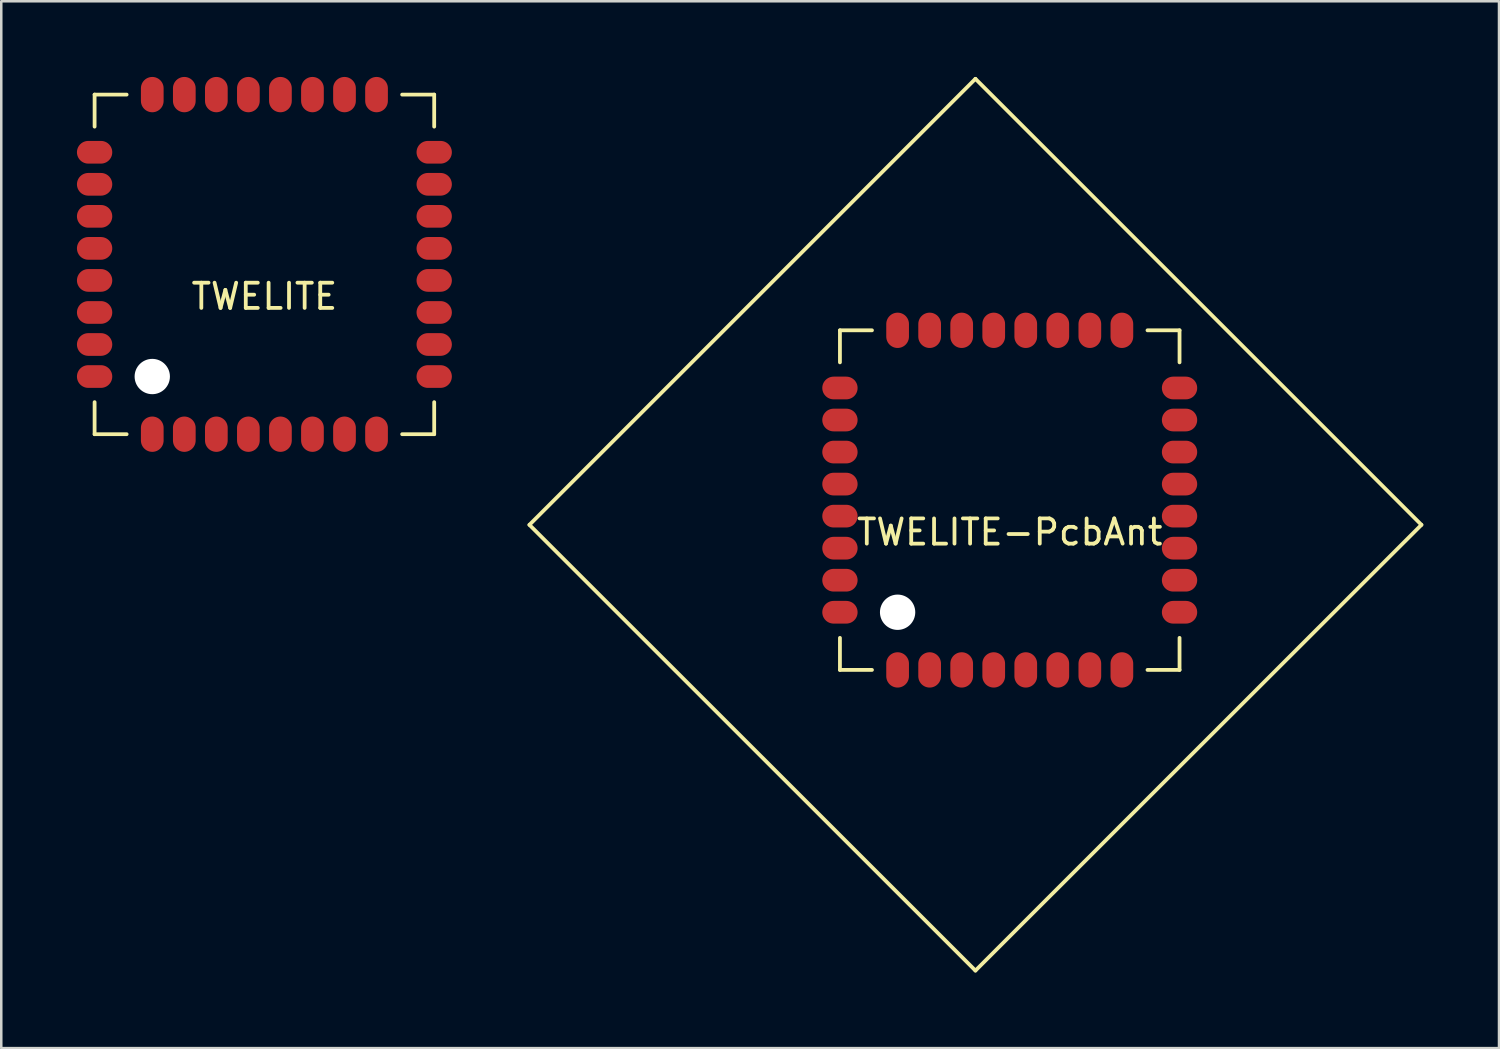
<source format=kicad_pcb>
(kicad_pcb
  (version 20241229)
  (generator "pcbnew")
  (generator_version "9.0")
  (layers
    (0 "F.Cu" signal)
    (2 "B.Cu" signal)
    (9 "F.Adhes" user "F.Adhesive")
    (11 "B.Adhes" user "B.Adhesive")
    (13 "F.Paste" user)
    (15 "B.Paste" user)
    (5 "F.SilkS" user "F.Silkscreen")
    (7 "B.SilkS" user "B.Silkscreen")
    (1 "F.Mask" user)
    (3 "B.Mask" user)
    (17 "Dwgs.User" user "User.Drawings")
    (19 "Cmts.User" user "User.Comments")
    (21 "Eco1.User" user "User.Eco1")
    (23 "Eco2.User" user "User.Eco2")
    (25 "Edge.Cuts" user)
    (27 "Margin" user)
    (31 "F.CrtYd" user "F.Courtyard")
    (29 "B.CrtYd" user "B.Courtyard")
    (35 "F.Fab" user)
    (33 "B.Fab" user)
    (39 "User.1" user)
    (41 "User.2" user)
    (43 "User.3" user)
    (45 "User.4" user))
  (footprint "TWELITE"
    (layer "F.Cu")
    (at 7.431 7.431)
    (property "Reference" "TWELITE" (at 0 1.27 0) (layer "F.SilkS") (effects (font (size 1 1) (thickness 0.15))))
    (attr through_hole)
    (fp_line (start -6.731 -6.731) (end -5.461 -6.731) (stroke (width 0.15) (type solid)) (layer "F.SilkS"))
    (fp_line (start -6.731 -5.461) (end -6.731 -6.731) (stroke (width 0.15) (type solid)) (layer "F.SilkS"))
    (fp_line (start -6.731 5.461) (end -6.731 6.731) (stroke (width 0.15) (type solid)) (layer "F.SilkS"))
    (fp_line (start -5.461 6.731) (end -6.731 6.731) (stroke (width 0.15) (type solid)) (layer "F.SilkS"))
    (fp_line (start 5.461 -6.731) (end 6.731 -6.731) (stroke (width 0.15) (type solid)) (layer "F.SilkS"))
    (fp_line (start 6.731 -6.731) (end 6.731 -5.461) (stroke (width 0.15) (type solid)) (layer "F.SilkS"))
    (fp_line (start 6.731 6.731) (end 5.461 6.731) (stroke (width 0.15) (type solid)) (layer "F.SilkS"))
    (fp_line (start 6.731 6.731) (end 6.731 5.461) (stroke (width 0.15) (type solid)) (layer "F.SilkS"))
    (pad "" np_thru_hole circle (at -4.445 4.445) (size 1.4 1.4) (drill 1.4) (layers "*.Cu" "*.Mask"))
    (pad "1" smd oval (at -4.445 6.731) (size 0.9 1.4) (layers "F.Cu" "F.Mask" "F.Paste"))
    (pad "2" smd oval (at -3.175 6.731) (size 0.9 1.4) (layers "F.Cu" "F.Mask" "F.Paste"))
    (pad "3" smd oval (at -1.905 6.731) (size 0.9 1.4) (layers "F.Cu" "F.Mask" "F.Paste"))
    (pad "4" smd oval (at -0.635 6.731) (size 0.9 1.4) (layers "F.Cu" "F.Mask" "F.Paste"))
    (pad "5" smd oval (at 0.635 6.731) (size 0.9 1.4) (layers "F.Cu" "F.Mask" "F.Paste"))
    (pad "6" smd oval (at 1.905 6.731) (size 0.9 1.4) (layers "F.Cu" "F.Mask" "F.Paste"))
    (pad "7" smd oval (at 3.175 6.731) (size 0.9 1.4) (layers "F.Cu" "F.Mask" "F.Paste"))
    (pad "8" smd oval (at 4.445 6.731) (size 0.9 1.4) (layers "F.Cu" "F.Mask" "F.Paste"))
    (pad "9" smd oval (at 6.731 4.445) (size 1.4 0.9) (layers "F.Cu" "F.Mask" "F.Paste"))
    (pad "10" smd oval (at 6.731 3.175) (size 1.4 0.9) (layers "F.Cu" "F.Mask" "F.Paste"))
    (pad "11" smd oval (at 6.731 1.905) (size 1.4 0.9) (layers "F.Cu" "F.Mask" "F.Paste"))
    (pad "12" smd oval (at 6.731 0.635) (size 1.4 0.9) (layers "F.Cu" "F.Mask" "F.Paste"))
    (pad "13" smd oval (at 6.731 -0.635) (size 1.4 0.9) (layers "F.Cu" "F.Mask" "F.Paste"))
    (pad "14" smd oval (at 6.731 -1.905) (size 1.4 0.9) (layers "F.Cu" "F.Mask" "F.Paste"))
    (pad "15" smd oval (at 6.731 -3.175) (size 1.4 0.9) (layers "F.Cu" "F.Mask" "F.Paste"))
    (pad "16" smd oval (at 6.731 -4.445) (size 1.4 0.9) (layers "F.Cu" "F.Mask" "F.Paste"))
    (pad "17" smd oval (at 4.445 -6.731) (size 0.9 1.4) (layers "F.Cu" "F.Mask" "F.Paste"))
    (pad "18" smd oval (at 3.175 -6.731) (size 0.9 1.4) (layers "F.Cu" "F.Mask" "F.Paste"))
    (pad "19" smd oval (at 1.905 -6.731) (size 0.9 1.4) (layers "F.Cu" "F.Mask" "F.Paste"))
    (pad "20" smd oval (at 0.635 -6.731) (size 0.9 1.4) (layers "F.Cu" "F.Mask" "F.Paste"))
    (pad "21" smd oval (at -0.635 -6.731) (size 0.9 1.4) (layers "F.Cu" "F.Mask" "F.Paste"))
    (pad "22" smd oval (at -1.905 -6.731) (size 0.9 1.4) (layers "F.Cu" "F.Mask" "F.Paste"))
    (pad "23" smd oval (at -3.175 -6.731) (size 0.9 1.4) (layers "F.Cu" "F.Mask" "F.Paste"))
    (pad "24" smd oval (at -4.445 -6.731) (size 0.9 1.4) (layers "F.Cu" "F.Mask" "F.Paste"))
    (pad "25" smd oval (at -6.731 -4.445) (size 1.4 0.9) (layers "F.Cu" "F.Mask" "F.Paste"))
    (pad "26" smd oval (at -6.731 -3.175) (size 1.4 0.9) (layers "F.Cu" "F.Mask" "F.Paste"))
    (pad "27" smd oval (at -6.731 -1.905) (size 1.4 0.9) (layers "F.Cu" "F.Mask" "F.Paste"))
    (pad "28" smd oval (at -6.731 -0.635) (size 1.4 0.9) (layers "F.Cu" "F.Mask" "F.Paste"))
    (pad "29" smd oval (at -6.731 0.635) (size 1.4 0.9) (layers "F.Cu" "F.Mask" "F.Paste"))
    (pad "30" smd oval (at -6.731 1.905) (size 1.4 0.9) (layers "F.Cu" "F.Mask" "F.Paste"))
    (pad "31" smd oval (at -6.731 3.175) (size 1.4 0.9) (layers "F.Cu" "F.Mask" "F.Paste"))
    (pad "32" smd oval (at -6.731 4.445) (size 1.4 0.9) (layers "F.Cu" "F.Mask" "F.Paste")))
  (footprint "TWELITE-PcbAnt"
    (layer "F.Cu")
    (at 36.977 16.775)
    (property "Reference" "TWELITE-PcbAnt" (at 0 1.27 0) (layer "F.SilkS") (effects (font (size 1 1) (thickness 0.15))))
    (attr through_hole)
    (fp_line (start -19.04 0.98) (end -1.36 18.65) (stroke (width 0.15) (type solid)) (layer "F.SilkS"))
    (fp_line (start -6.731 -6.731) (end -5.461 -6.731) (stroke (width 0.15) (type solid)) (layer "F.SilkS"))
    (fp_line (start -6.731 -5.461) (end -6.731 -6.731) (stroke (width 0.15) (type solid)) (layer "F.SilkS"))
    (fp_line (start -6.731 5.461) (end -6.731 6.731) (stroke (width 0.15) (type solid)) (layer "F.SilkS"))
    (fp_line (start -5.461 6.731) (end -6.731 6.731) (stroke (width 0.15) (type solid)) (layer "F.SilkS"))
    (fp_line (start -1.36 -16.7) (end -19.04 0.98) (stroke (width 0.15) (type solid)) (layer "F.SilkS"))
    (fp_line (start -1.36 18.65) (end 16.32 0.98) (stroke (width 0.15) (type solid)) (layer "F.SilkS"))
    (fp_line (start 5.461 -6.731) (end 6.731 -6.731) (stroke (width 0.15) (type solid)) (layer "F.SilkS"))
    (fp_line (start 6.731 -6.731) (end 6.731 -5.461) (stroke (width 0.15) (type solid)) (layer "F.SilkS"))
    (fp_line (start 6.731 6.731) (end 5.461 6.731) (stroke (width 0.15) (type solid)) (layer "F.SilkS"))
    (fp_line (start 6.731 6.731) (end 6.731 5.461) (stroke (width 0.15) (type solid)) (layer "F.SilkS"))
    (fp_line (start 16.32 0.98) (end -1.36 -16.7) (stroke (width 0.15) (type solid)) (layer "F.SilkS"))
    (pad "" np_thru_hole circle (at -4.445 4.445) (size 1.4 1.4) (drill 1.4) (layers "*.Cu" "*.Mask"))
    (pad "1" smd oval (at -4.445 6.731) (size 0.9 1.4) (layers "F.Cu" "F.Mask" "F.Paste"))
    (pad "2" smd oval (at -3.175 6.731) (size 0.9 1.4) (layers "F.Cu" "F.Mask" "F.Paste"))
    (pad "3" smd oval (at -1.905 6.731) (size 0.9 1.4) (layers "F.Cu" "F.Mask" "F.Paste"))
    (pad "4" smd oval (at -0.635 6.731) (size 0.9 1.4) (layers "F.Cu" "F.Mask" "F.Paste"))
    (pad "5" smd oval (at 0.635 6.731) (size 0.9 1.4) (layers "F.Cu" "F.Mask" "F.Paste"))
    (pad "6" smd oval (at 1.905 6.731) (size 0.9 1.4) (layers "F.Cu" "F.Mask" "F.Paste"))
    (pad "7" smd oval (at 3.175 6.731) (size 0.9 1.4) (layers "F.Cu" "F.Mask" "F.Paste"))
    (pad "8" smd oval (at 4.445 6.731) (size 0.9 1.4) (layers "F.Cu" "F.Mask" "F.Paste"))
    (pad "9" smd oval (at 6.731 4.445) (size 1.4 0.9) (layers "F.Cu" "F.Mask" "F.Paste"))
    (pad "10" smd oval (at 6.731 3.175) (size 1.4 0.9) (layers "F.Cu" "F.Mask" "F.Paste"))
    (pad "11" smd oval (at 6.731 1.905) (size 1.4 0.9) (layers "F.Cu" "F.Mask" "F.Paste"))
    (pad "12" smd oval (at 6.731 0.635) (size 1.4 0.9) (layers "F.Cu" "F.Mask" "F.Paste"))
    (pad "13" smd oval (at 6.731 -0.635) (size 1.4 0.9) (layers "F.Cu" "F.Mask" "F.Paste"))
    (pad "14" smd oval (at 6.731 -1.905) (size 1.4 0.9) (layers "F.Cu" "F.Mask" "F.Paste"))
    (pad "15" smd oval (at 6.731 -3.175) (size 1.4 0.9) (layers "F.Cu" "F.Mask" "F.Paste"))
    (pad "16" smd oval (at 6.731 -4.445) (size 1.4 0.9) (layers "F.Cu" "F.Mask" "F.Paste"))
    (pad "17" smd oval (at 4.445 -6.731) (size 0.9 1.4) (layers "F.Cu" "F.Mask" "F.Paste"))
    (pad "18" smd oval (at 3.175 -6.731) (size 0.9 1.4) (layers "F.Cu" "F.Mask" "F.Paste"))
    (pad "19" smd oval (at 1.905 -6.731) (size 0.9 1.4) (layers "F.Cu" "F.Mask" "F.Paste"))
    (pad "20" smd oval (at 0.635 -6.731) (size 0.9 1.4) (layers "F.Cu" "F.Mask" "F.Paste"))
    (pad "21" smd oval (at -0.635 -6.731) (size 0.9 1.4) (layers "F.Cu" "F.Mask" "F.Paste"))
    (pad "22" smd oval (at -1.905 -6.731) (size 0.9 1.4) (layers "F.Cu" "F.Mask" "F.Paste"))
    (pad "23" smd oval (at -3.175 -6.731) (size 0.9 1.4) (layers "F.Cu" "F.Mask" "F.Paste"))
    (pad "24" smd oval (at -4.445 -6.731) (size 0.9 1.4) (layers "F.Cu" "F.Mask" "F.Paste"))
    (pad "25" smd oval (at -6.731 -4.445) (size 1.4 0.9) (layers "F.Cu" "F.Mask" "F.Paste"))
    (pad "26" smd oval (at -6.731 -3.175) (size 1.4 0.9) (layers "F.Cu" "F.Mask" "F.Paste"))
    (pad "27" smd oval (at -6.731 -1.905) (size 1.4 0.9) (layers "F.Cu" "F.Mask" "F.Paste"))
    (pad "28" smd oval (at -6.731 -0.635) (size 1.4 0.9) (layers "F.Cu" "F.Mask" "F.Paste"))
    (pad "29" smd oval (at -6.731 0.635) (size 1.4 0.9) (layers "F.Cu" "F.Mask" "F.Paste"))
    (pad "30" smd oval (at -6.731 1.905) (size 1.4 0.9) (layers "F.Cu" "F.Mask" "F.Paste"))
    (pad "31" smd oval (at -6.731 3.175) (size 1.4 0.9) (layers "F.Cu" "F.Mask" "F.Paste"))
    (pad "32" smd oval (at -6.731 4.445) (size 1.4 0.9) (layers "F.Cu" "F.Mask" "F.Paste")))
  (gr_rect
    (start -3 -3)
    (end 56.372 38.5)
    (stroke (width 0.1) (type default))
    (fill no)
    (layer "Edge.Cuts")))
</source>
